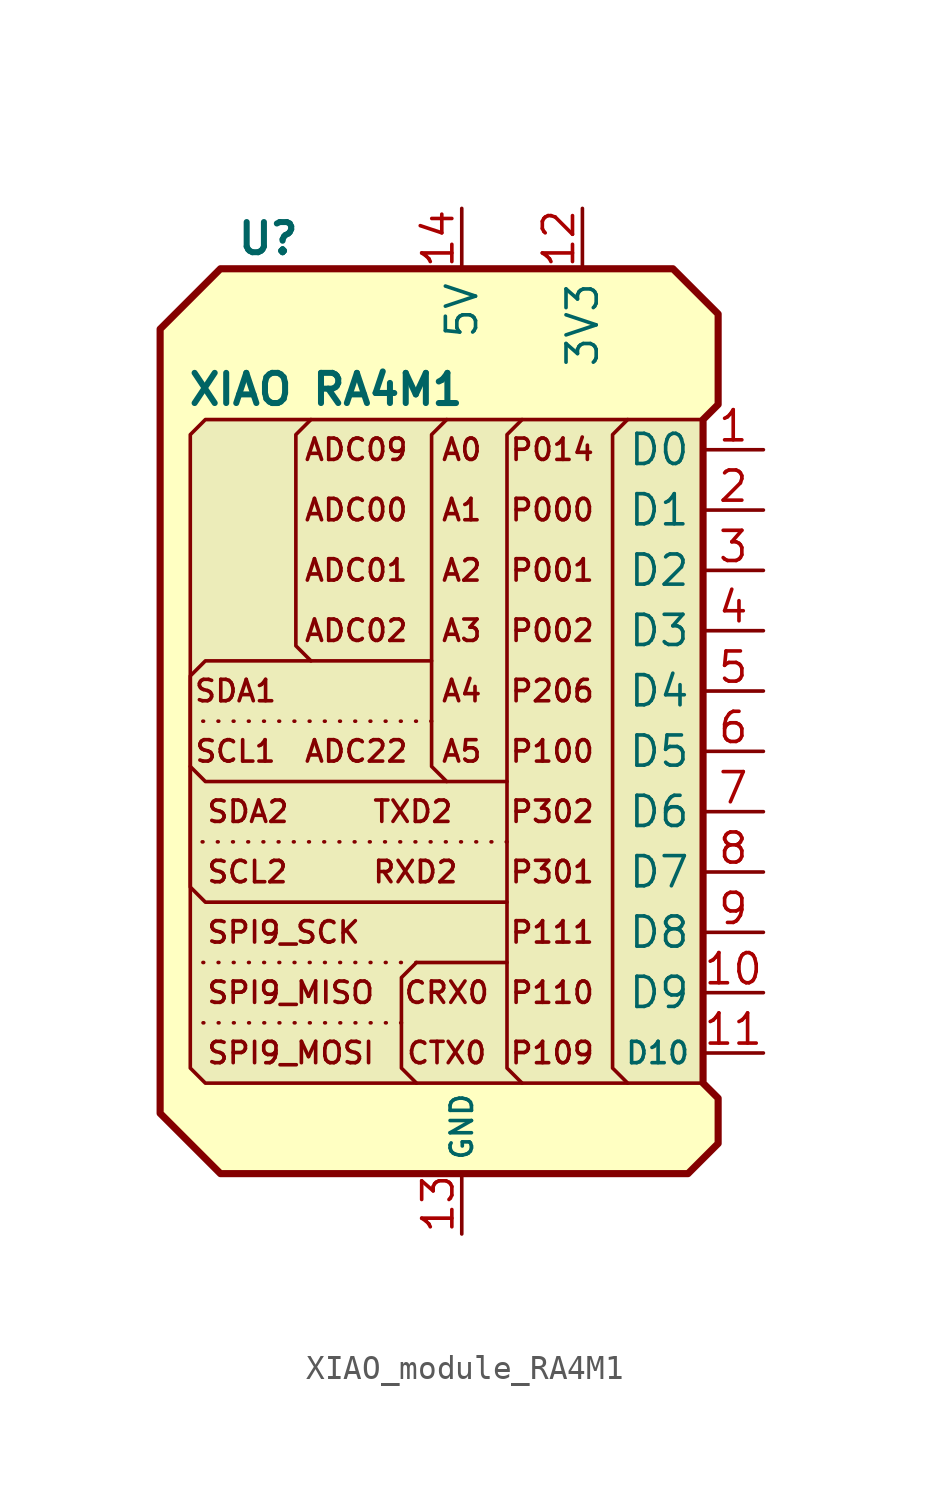
<source format=kicad_sym>
(kicad_symbol_lib
  (version 20241209)
  (generator "kicad_symbol_editor")
  (generator_version "9.0")
  (symbol "XIAO_module_RA4M1"
    (property "Reference" "U"
      (at -9.525 21.59 0)
      (do_not_autoplace)
      (effects (font (size 1.27 1.27) (thickness 0.254) (bold yes)) (justify left)))
    (property "Value" "XIAO RA4M1"
      (at -5.715 15.24 0)
      (do_not_autoplace)
      (effects (font (size 1.27 1.27) (thickness 0.254) (bold yes))))
    (symbol "XIAO_module_RA4M1_1_1"
      (polyline (pts (xy -12.7 -15.24) (xy -10.16 -17.78) (xy 9.525 -17.78) (xy 10.795 -16.51) (xy 10.795 -14.605) (xy 10.16 -13.97) (xy 10.16 13.97) (xy 10.795 14.605) (xy 10.795 18.415) (xy 8.89 20.32) (xy -10.16 20.32) (xy -12.7 17.78) (xy -12.7 -15.24)) (stroke (width 0.3) (type solid)) (fill (type background)))
      (polyline (pts (xy -6.35 3.81) (xy -10.795 3.81) (xy -11.43 3.175) (xy -11.43 -5.715) (xy -10.795 -6.35) (xy 1.905 -6.35)) (stroke (width 0) (type default)) (fill (type none)))
      (polyline (pts (xy -2.54 -11.43) (xy -11.43 -11.43)) (stroke (width 0) (type dot)) (fill (type none)))
      (polyline (pts (xy -1.905 -8.89) (xy -11.43 -8.89)) (stroke (width 0) (type dot)) (fill (type none)))
      (polyline (pts (xy -1.27 3.81) (xy -6.35 3.81) (xy -6.985 4.445) (xy -6.985 13.335) (xy -6.35 13.97)) (stroke (width 0) (type default)) (fill (type none)))
      (polyline (pts (xy -1.27 1.27) (xy -11.43 1.27)) (stroke (width 0) (type dot)) (fill (type none)))
      (polyline (pts (xy -0.635 -1.27) (xy -10.795 -1.27) (xy -11.43 -0.635)) (stroke (width 0) (type default)) (fill (type none)))
      (polyline (pts (xy 1.905 -1.27) (xy -0.635 -1.27) (xy -1.27 -0.635) (xy -1.27 13.335) (xy -0.635 13.97)) (stroke (width 0) (type default)) (fill (type none)))
      (polyline (pts (xy 1.905 -3.81) (xy -11.43 -3.81)) (stroke (width 0) (type dot)) (fill (type none)))
      (polyline (pts (xy 1.905 -8.89) (xy -1.905 -8.89) (xy -2.54 -9.525) (xy -2.54 -13.335) (xy -1.905 -13.97)) (stroke (width 0) (type default)) (fill (type none)))
      (polyline (pts (xy 2.54 13.97) (xy 1.905 13.335) (xy 1.905 -13.335) (xy 2.54 -13.97)) (stroke (width 0) (type default)) (fill (type none)))
      (polyline (pts (xy 6.985 13.97) (xy 6.35 13.335) (xy 6.35 -13.335) (xy 6.985 -13.97)) (stroke (width 0) (type default)) (fill (type none)))
      (polyline (pts (xy 10.16 13.97) (xy -10.795 13.97) (xy -11.43 13.335) (xy -11.43 -13.335) (xy -10.795 -13.97) (xy 10.16 -13.97) (xy 10.16 13.97)) (stroke (width 0) (type solid)) (fill (type color) (color 132 132 132 0.16)))
      (text "SDA2" (at -10.795 -2.54 0) (effects (font (size 0.9 0.9)) (justify left)))
      (text "SCL2" (at -10.795 -5.08 0) (effects (font (size 0.9 0.9)) (justify left)))
      (text "SPI9_SCK" (at -10.795 -7.62 0) (effects (font (size 0.9 0.9)) (justify left)))
      (text "SPI9_MISO" (at -10.795 -10.16 0) (effects (font (size 0.9 0.9)) (justify left)))
      (text "SPI9_MOSI" (at -10.795 -12.7 0) (effects (font (size 0.9 0.9)) (justify left)))
      (text "SDA1" (at -9.525 2.54 0) (effects (font (size 0.9 0.9))))
      (text "SCL1" (at -9.525 0 0) (effects (font (size 0.9 0.9))))
      (text "ADC09" (at -4.445 12.7 0) (effects (font (size 0.9 0.9))))
      (text "ADC00" (at -4.445 10.16 0) (effects (font (size 0.9 0.9))))
      (text "ADC01" (at -4.445 7.62 0) (effects (font (size 0.9 0.9))))
      (text "ADC02" (at -4.445 5.08 0) (effects (font (size 0.9 0.9))))
      (text "ADC22" (at -4.445 0 0) (effects (font (size 0.9 0.9))))
      (text "TXD2" (at -3.81 -2.54 0) (effects (font (size 0.9 0.9)) (justify left)))
      (text "RXD2" (at -3.81 -5.08 0) (effects (font (size 0.9 0.9)) (justify left)))
      (text "CRX0" (at -0.635 -10.16 0) (effects (font (size 0.9 0.9))))
      (text "CTX0" (at -0.635 -12.7 0) (effects (font (size 0.9 0.9))))
      (text "A0" (at 0 12.7 0) (effects (font (size 0.9 0.9))))
      (text "A1" (at 0 10.16 0) (effects (font (size 0.9 0.9))))
      (text "A2" (at 0 7.62 0) (effects (font (size 0.9 0.9))))
      (text "A3" (at 0 5.08 0) (effects (font (size 0.9 0.9))))
      (text "A4" (at 0 2.54 0) (effects (font (size 0.9 0.9))))
      (text "A5" (at 0 0 0) (effects (font (size 0.9 0.9))))
      (text "P014" (at 3.81 12.7 0) (effects (font (size 0.9 0.9))))
      (text "P000" (at 3.81 10.16 0) (effects (font (size 0.9 0.9))))
      (text "P001" (at 3.81 7.62 0) (effects (font (size 0.9 0.9))))
      (text "P002" (at 3.81 5.08 0) (effects (font (size 0.9 0.9))))
      (text "P206" (at 3.81 2.54 0) (effects (font (size 0.9 0.9))))
      (text "P100" (at 3.81 0 0) (effects (font (size 0.9 0.9))))
      (text "P302" (at 3.81 -2.54 0) (effects (font (size 0.9 0.9))))
      (text "P301" (at 3.81 -5.08 0) (effects (font (size 0.9 0.9))))
      (text "P111" (at 3.81 -7.62 0) (effects (font (size 0.9 0.9))))
      (text "P110" (at 3.81 -10.16 0) (effects (font (size 0.9 0.9))))
      (text "P109" (at 3.81 -12.7 0) (effects (font (size 0.9 0.9))))
      (pin power_in line (at 0 22.86 270) (length 2.54) (name "5V" (effects (font (size 1.27 1.27)))) (number "14" (effects (font (size 1.27 1.27)))))
      (pin power_in line (at 0 -20.32 90) (length 2.54) (name "GND" (effects (font (size 0.9 0.9)))) (number "13" (effects (font (size 1.27 1.27)))))
      (pin power_out line (at 5.08 22.86 270) (length 2.54) (name "3V3" (effects (font (size 1.27 1.27)))) (number "12" (effects (font (size 1.27 1.27)))))
      (pin bidirectional line (at 12.7 12.7 180) (length 2.54) (name "D0" (effects (font (size 1.27 1.27)))) (number "1" (effects (font (size 1.27 1.27)))))
      (pin bidirectional line (at 12.7 10.16 180) (length 2.54) (name "D1" (effects (font (size 1.27 1.27)))) (number "2" (effects (font (size 1.27 1.27)))))
      (pin bidirectional line (at 12.7 7.62 180) (length 2.54) (name "D2" (effects (font (size 1.27 1.27)))) (number "3" (effects (font (size 1.27 1.27)))))
      (pin bidirectional line (at 12.7 5.08 180) (length 2.54) (name "D3" (effects (font (size 1.27 1.27)))) (number "4" (effects (font (size 1.27 1.27)))))
      (pin bidirectional line (at 12.7 2.54 180) (length 2.54) (name "D4" (effects (font (size 1.27 1.27)))) (number "5" (effects (font (size 1.27 1.27)))))
      (pin bidirectional line (at 12.7 0 180) (length 2.54) (name "D5" (effects (font (size 1.27 1.27)))) (number "6" (effects (font (size 1.27 1.27)))))
      (pin bidirectional line (at 12.7 -2.54 180) (length 2.54) (name "D6" (effects (font (size 1.27 1.27)))) (number "7" (effects (font (size 1.27 1.27)))))
      (pin bidirectional line (at 12.7 -5.08 180) (length 2.54) (name "D7" (effects (font (size 1.27 1.27)))) (number "8" (effects (font (size 1.27 1.27)))))
      (pin bidirectional line (at 12.7 -7.62 180) (length 2.54) (name "D8" (effects (font (size 1.27 1.27)))) (number "9" (effects (font (size 1.27 1.27)))))
      (pin bidirectional line (at 12.7 -10.16 180) (length 2.54) (name "D9" (effects (font (size 1.27 1.27)))) (number "10" (effects (font (size 1.27 1.27)))))
      (pin bidirectional line (at 12.7 -12.7 180) (length 2.54) (name "D10" (effects (font (size 0.9 0.9)))) (number "11" (effects (font (size 1.27 1.27))))))))
</source>
